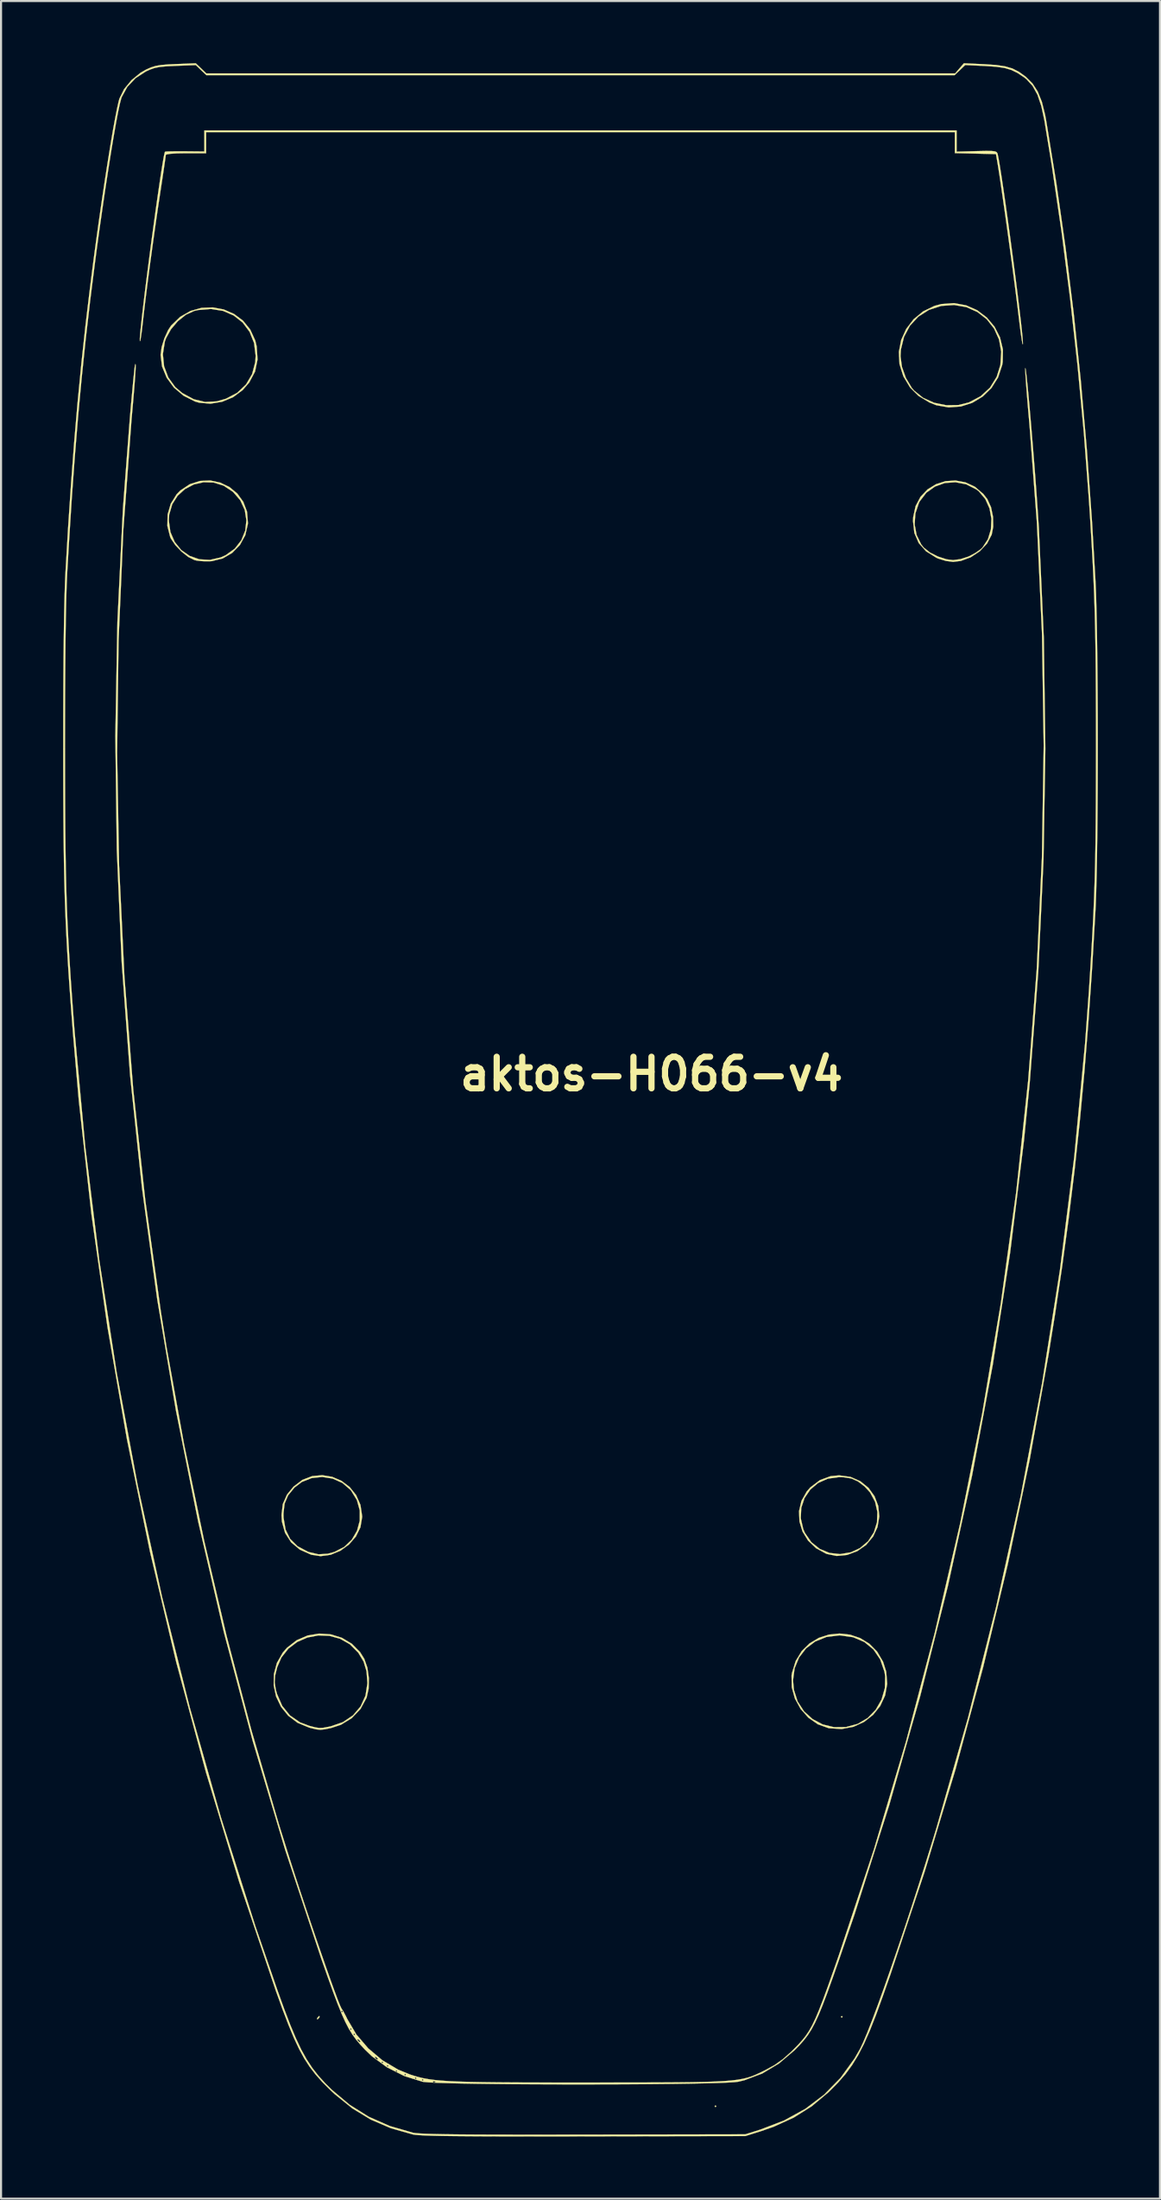
<source format=kicad_pcb>
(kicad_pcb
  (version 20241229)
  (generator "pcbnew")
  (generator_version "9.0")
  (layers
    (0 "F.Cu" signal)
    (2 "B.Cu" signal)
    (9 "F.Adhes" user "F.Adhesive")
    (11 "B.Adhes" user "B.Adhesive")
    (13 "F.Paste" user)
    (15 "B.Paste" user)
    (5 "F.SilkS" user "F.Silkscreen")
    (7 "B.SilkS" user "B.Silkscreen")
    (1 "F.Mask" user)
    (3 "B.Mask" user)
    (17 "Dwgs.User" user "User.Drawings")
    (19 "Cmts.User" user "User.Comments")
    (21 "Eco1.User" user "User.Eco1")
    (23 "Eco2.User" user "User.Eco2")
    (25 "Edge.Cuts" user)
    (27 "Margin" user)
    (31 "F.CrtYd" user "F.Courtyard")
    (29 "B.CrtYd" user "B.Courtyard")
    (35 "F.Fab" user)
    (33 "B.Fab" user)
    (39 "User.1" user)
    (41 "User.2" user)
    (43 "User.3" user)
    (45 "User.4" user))
  (footprint "aktos-H066-v4"
    (layer "F.Cu")
    (at 28.407 48.796)
    (property "Reference" "aktos-H066-v4" (at 0 0 0) (layer "F.SilkS") (effects (font (size 1.524 1.524) (thickness 0.3))))
    (attr through_hole)
    (fp_poly (pts (xy 3.133 49.826) (xy 3.09 49.869) (xy 3.048 49.826) (xy 3.09 49.784) (xy 3.133 49.826)) (stroke (width 0.01) (type solid)) (fill yes) (layer "F.SilkS"))
    (fp_poly (pts (xy 9.229 45.508) (xy 9.186 45.551) (xy 9.144 45.508) (xy 9.186 45.466) (xy 9.229 45.508)) (stroke (width 0.01) (type solid)) (fill yes) (layer "F.SilkS"))
    (fp_poly (pts (xy -16.029 45.521) (xy -16.044 45.551) (xy -16.124 45.632) (xy -16.139 45.635) (xy -16.145 45.581) (xy -16.129 45.551) (xy -16.049 45.47) (xy -16.034 45.466) (xy -16.029 45.521)) (stroke (width 0.01) (type solid)) (fill yes) (layer "F.SilkS"))
    (fp_poly (pts (xy 9.612 19.447) (xy 10.088 19.657) (xy 10.479 19.977) (xy 10.77 20.382) (xy 10.948 20.849) (xy 10.999 21.353) (xy 10.911 21.87) (xy 10.701 22.325) (xy 10.362 22.732) (xy 9.93 23.033) (xy 9.444 23.213) (xy 8.938 23.261) (xy 8.451 23.162) (xy 8.446 23.16) (xy 7.95 22.891) (xy 7.563 22.524) (xy 7.293 22.085) (xy 7.144 21.6) (xy 7.138 21.442) (xy 7.206 21.442) (xy 7.327 21.965) (xy 7.408 22.15) (xy 7.717 22.596) (xy 8.123 22.922) (xy 8.596 23.117) (xy 9.107 23.174) (xy 9.627 23.086) (xy 10.062 22.885) (xy 10.462 22.546) (xy 10.737 22.121) (xy 10.887 21.642) (xy 10.907 21.14) (xy 10.796 20.647) (xy 10.552 20.195) (xy 10.291 19.911) (xy 9.966 19.663) (xy 9.652 19.523) (xy 9.279 19.464) (xy 9.051 19.458) (xy 8.511 19.532) (xy 8.044 19.74) (xy 7.666 20.06) (xy 7.39 20.466) (xy 7.232 20.935) (xy 7.206 21.442) (xy 7.138 21.442) (xy 7.124 21.098) (xy 7.24 20.605) (xy 7.497 20.148) (xy 7.67 19.952) (xy 8.13 19.603) (xy 8.648 19.412) (xy 9.063 19.372) (xy 9.612 19.447)) (stroke (width 0.01) (type solid)) (fill yes) (layer "F.SilkS"))
    (fp_poly (pts (xy -15.416 19.444) (xy -14.968 19.637) (xy -14.575 19.934) (xy -14.262 20.324) (xy -14.053 20.796) (xy -13.972 21.34) (xy -13.972 21.388) (xy -14.054 21.878) (xy -14.274 22.325) (xy -14.606 22.709) (xy -15.019 23.009) (xy -15.486 23.203) (xy -15.978 23.271) (xy -16.426 23.204) (xy -16.975 22.96) (xy -17.4 22.605) (xy -17.692 22.15) (xy -17.844 21.606) (xy -17.865 21.288) (xy -17.855 21.208) (xy -17.771 21.208) (xy -17.766 21.419) (xy -17.67 21.985) (xy -17.448 22.439) (xy -17.093 22.792) (xy -16.598 23.053) (xy -16.53 23.078) (xy -16.081 23.183) (xy -15.637 23.157) (xy -15.31 23.068) (xy -14.836 22.825) (xy -14.47 22.475) (xy -14.218 22.045) (xy -14.088 21.564) (xy -14.087 21.062) (xy -14.224 20.566) (xy -14.505 20.107) (xy -14.528 20.08) (xy -14.923 19.739) (xy -15.392 19.528) (xy -15.898 19.449) (xy -16.406 19.502) (xy -16.881 19.689) (xy -17.241 19.963) (xy -17.545 20.336) (xy -17.716 20.735) (xy -17.771 21.208) (xy -17.855 21.208) (xy -17.802 20.76) (xy -17.602 20.304) (xy -17.286 19.917) (xy -16.855 19.59) (xy -16.383 19.409) (xy -15.896 19.364) (xy -15.416 19.444)) (stroke (width 0.01) (type solid)) (fill yes) (layer "F.SilkS"))
    (fp_poly (pts (xy -20.82 -28.549) (xy -20.378 -28.336) (xy -20 -28.023) (xy -19.71 -27.622) (xy -19.53 -27.145) (xy -19.487 -26.605) (xy -19.49 -26.549) (xy -19.614 -26.01) (xy -19.874 -25.537) (xy -20.246 -25.156) (xy -20.707 -24.888) (xy -21.232 -24.758) (xy -21.321 -24.752) (xy -21.642 -24.753) (xy -21.937 -24.782) (xy -22.064 -24.81) (xy -22.366 -24.962) (xy -22.691 -25.217) (xy -22.987 -25.527) (xy -23.202 -25.842) (xy -23.241 -25.928) (xy -23.376 -26.464) (xy -23.37 -26.724) (xy -23.306 -26.724) (xy -23.229 -26.165) (xy -23.021 -25.684) (xy -22.703 -25.294) (xy -22.299 -25.011) (xy -21.832 -24.848) (xy -21.324 -24.819) (xy -20.799 -24.938) (xy -20.564 -25.044) (xy -20.122 -25.361) (xy -19.805 -25.767) (xy -19.616 -26.232) (xy -19.56 -26.728) (xy -19.638 -27.226) (xy -19.855 -27.696) (xy -20.206 -28.103) (xy -20.657 -28.401) (xy -21.139 -28.553) (xy -21.627 -28.569) (xy -22.097 -28.461) (xy -22.523 -28.239) (xy -22.88 -27.916) (xy -23.142 -27.502) (xy -23.286 -27.009) (xy -23.306 -26.724) (xy -23.37 -26.724) (xy -23.363 -27.011) (xy -23.212 -27.53) (xy -22.93 -27.984) (xy -22.747 -28.171) (xy -22.289 -28.474) (xy -21.799 -28.63) (xy -21.302 -28.651) (xy -20.82 -28.549)) (stroke (width 0.01) (type solid)) (fill yes) (layer "F.SilkS"))
    (fp_poly (pts (xy 9.588 27.063) (xy 10.075 27.227) (xy 10.518 27.498) (xy 10.893 27.878) (xy 11.18 28.366) (xy 11.333 28.849) (xy 11.38 29.439) (xy 11.279 29.996) (xy 11.046 30.499) (xy 10.701 30.931) (xy 10.263 31.274) (xy 9.75 31.508) (xy 9.183 31.616) (xy 8.578 31.578) (xy 8.555 31.574) (xy 8.034 31.388) (xy 7.575 31.069) (xy 7.199 30.645) (xy 6.925 30.145) (xy 6.773 29.6) (xy 6.767 29.266) (xy 6.834 29.266) (xy 6.875 29.727) (xy 7.056 30.289) (xy 7.365 30.763) (xy 7.777 31.136) (xy 8.268 31.396) (xy 8.814 31.528) (xy 9.39 31.522) (xy 9.954 31.369) (xy 10.437 31.085) (xy 10.828 30.682) (xy 11.11 30.191) (xy 11.267 29.643) (xy 11.283 29.071) (xy 11.248 28.849) (xy 11.044 28.258) (xy 10.716 27.776) (xy 10.277 27.416) (xy 9.74 27.186) (xy 9.12 27.098) (xy 9.059 27.097) (xy 8.446 27.173) (xy 7.909 27.388) (xy 7.464 27.724) (xy 7.126 28.162) (xy 6.91 28.682) (xy 6.834 29.266) (xy 6.767 29.266) (xy 6.762 29.04) (xy 6.782 28.915) (xy 6.963 28.331) (xy 7.254 27.854) (xy 7.634 27.482) (xy 8.079 27.217) (xy 8.568 27.059) (xy 9.078 27.007) (xy 9.588 27.063)) (stroke (width 0.01) (type solid)) (fill yes) (layer "F.SilkS"))
    (fp_poly (pts (xy -20.654 -36.908) (xy -20.16 -36.693) (xy -19.725 -36.369) (xy -19.376 -35.94) (xy -19.134 -35.413) (xy -19.064 -35.129) (xy -19.022 -34.495) (xy -19.142 -33.913) (xy -19.423 -33.383) (xy -19.738 -33.019) (xy -20.199 -32.676) (xy -20.731 -32.453) (xy -21.291 -32.36) (xy -21.838 -32.407) (xy -22.039 -32.465) (xy -22.594 -32.743) (xy -23.058 -33.135) (xy -23.41 -33.615) (xy -23.632 -34.157) (xy -23.703 -34.713) (xy -23.698 -34.75) (xy -23.593 -34.75) (xy -23.534 -34.164) (xy -23.331 -33.625) (xy -22.993 -33.159) (xy -22.653 -32.872) (xy -22.102 -32.574) (xy -21.555 -32.442) (xy -20.992 -32.471) (xy -20.546 -32.599) (xy -20.004 -32.885) (xy -19.58 -33.287) (xy -19.285 -33.785) (xy -19.133 -34.363) (xy -19.113 -34.671) (xy -19.189 -35.286) (xy -19.403 -35.824) (xy -19.736 -36.271) (xy -20.17 -36.614) (xy -20.687 -36.839) (xy -21.267 -36.932) (xy -21.893 -36.88) (xy -22.084 -36.835) (xy -22.483 -36.652) (xy -22.869 -36.343) (xy -23.201 -35.952) (xy -23.44 -35.52) (xy -23.498 -35.355) (xy -23.593 -34.75) (xy -23.698 -34.75) (xy -23.652 -35.09) (xy -23.52 -35.516) (xy -23.339 -35.911) (xy -23.195 -36.129) (xy -22.758 -36.551) (xy -22.261 -36.834) (xy -21.729 -36.984) (xy -21.185 -37.007) (xy -20.654 -36.908)) (stroke (width 0.01) (type solid)) (fill yes) (layer "F.SilkS"))
    (fp_poly (pts (xy 15.16 -28.562) (xy 15.615 -28.349) (xy 16.02 -28.005) (xy 16.218 -27.749) (xy 16.393 -27.364) (xy 16.49 -26.896) (xy 16.499 -26.416) (xy 16.427 -26.04) (xy 16.203 -25.611) (xy 15.852 -25.237) (xy 15.414 -24.947) (xy 14.931 -24.768) (xy 14.563 -24.724) (xy 14.216 -24.769) (xy 13.841 -24.885) (xy 13.758 -24.922) (xy 13.258 -25.233) (xy 12.903 -25.633) (xy 12.692 -26.12) (xy 12.646 -26.53) (xy 12.705 -26.53) (xy 12.801 -26.017) (xy 13.025 -25.564) (xy 13.149 -25.411) (xy 13.441 -25.179) (xy 13.83 -24.982) (xy 14.246 -24.848) (xy 14.563 -24.809) (xy 14.919 -24.856) (xy 15.302 -24.979) (xy 15.367 -25.009) (xy 15.646 -25.161) (xy 15.887 -25.329) (xy 15.977 -25.411) (xy 16.245 -25.82) (xy 16.389 -26.297) (xy 16.413 -26.804) (xy 16.321 -27.305) (xy 16.116 -27.759) (xy 15.802 -28.129) (xy 15.682 -28.222) (xy 15.192 -28.469) (xy 14.676 -28.569) (xy 14.164 -28.531) (xy 13.686 -28.359) (xy 13.272 -28.063) (xy 12.953 -27.648) (xy 12.914 -27.575) (xy 12.741 -27.063) (xy 12.705 -26.53) (xy 12.646 -26.53) (xy 12.627 -26.694) (xy 12.636 -26.879) (xy 12.752 -27.418) (xy 12.991 -27.867) (xy 13.328 -28.221) (xy 13.738 -28.473) (xy 14.197 -28.619) (xy 14.679 -28.65) (xy 15.16 -28.562)) (stroke (width 0.01) (type solid)) (fill yes) (layer "F.SilkS"))
    (fp_poly (pts (xy 15.195 -37.106) (xy 15.728 -36.869) (xy 16.19 -36.519) (xy 16.563 -36.076) (xy 16.828 -35.558) (xy 16.966 -34.984) (xy 16.958 -34.372) (xy 16.934 -34.229) (xy 16.736 -33.629) (xy 16.414 -33.117) (xy 15.99 -32.704) (xy 15.489 -32.402) (xy 14.934 -32.224) (xy 14.348 -32.181) (xy 13.754 -32.286) (xy 13.42 -32.417) (xy 12.891 -32.736) (xy 12.487 -33.139) (xy 12.171 -33.664) (xy 12.156 -33.697) (xy 11.973 -34.277) (xy 11.955 -34.649) (xy 12.023 -34.649) (xy 12.094 -34.13) (xy 12.283 -33.601) (xy 12.563 -33.132) (xy 12.684 -32.988) (xy 13.117 -32.642) (xy 13.645 -32.404) (xy 14.224 -32.285) (xy 14.813 -32.293) (xy 15.319 -32.417) (xy 15.891 -32.718) (xy 16.344 -33.135) (xy 16.668 -33.658) (xy 16.845 -34.228) (xy 16.887 -34.866) (xy 16.78 -35.458) (xy 16.541 -35.986) (xy 16.187 -36.435) (xy 15.736 -36.785) (xy 15.205 -37.021) (xy 14.612 -37.124) (xy 13.993 -37.08) (xy 13.394 -36.887) (xy 12.883 -36.56) (xy 12.477 -36.12) (xy 12.192 -35.585) (xy 12.042 -34.974) (xy 12.023 -34.649) (xy 11.955 -34.649) (xy 11.945 -34.865) (xy 12.057 -35.436) (xy 12.298 -35.967) (xy 12.654 -36.434) (xy 13.113 -36.813) (xy 13.662 -37.08) (xy 13.994 -37.169) (xy 14.611 -37.213) (xy 15.195 -37.106)) (stroke (width 0.01) (type solid)) (fill yes) (layer "F.SilkS"))
    (fp_poly (pts (xy -15.484 27.048) (xy -14.95 27.213) (xy -14.469 27.501) (xy -14.069 27.907) (xy -13.868 28.228) (xy -13.718 28.658) (xy -13.646 29.162) (xy -13.658 29.669) (xy -13.756 30.106) (xy -13.757 30.108) (xy -14.051 30.649) (xy -14.471 31.089) (xy -14.992 31.41) (xy -15.479 31.569) (xy -15.775 31.63) (xy -15.979 31.652) (xy -16.167 31.635) (xy -16.412 31.578) (xy -16.528 31.547) (xy -17.083 31.319) (xy -17.539 30.976) (xy -17.889 30.544) (xy -18.126 30.048) (xy -18.242 29.512) (xy -18.24 29.365) (xy -18.194 29.365) (xy -18.142 29.708) (xy -18.082 29.924) (xy -17.83 30.5) (xy -17.457 30.959) (xy -16.972 31.294) (xy -16.526 31.462) (xy -16.244 31.535) (xy -16.044 31.566) (xy -15.854 31.557) (xy -15.599 31.51) (xy -15.479 31.485) (xy -14.897 31.283) (xy -14.414 30.957) (xy -14.047 30.526) (xy -13.81 30.009) (xy -13.719 29.423) (xy -13.718 29.379) (xy -13.76 28.825) (xy -13.899 28.364) (xy -14.153 27.942) (xy -14.165 27.925) (xy -14.567 27.524) (xy -15.039 27.257) (xy -15.556 27.117) (xy -16.091 27.099) (xy -16.616 27.2) (xy -17.105 27.413) (xy -17.531 27.735) (xy -17.868 28.161) (xy -18.072 28.628) (xy -18.171 29.031) (xy -18.194 29.365) (xy -18.24 29.365) (xy -18.232 28.963) (xy -18.087 28.426) (xy -17.801 27.925) (xy -17.6 27.694) (xy -17.13 27.329) (xy -16.602 27.102) (xy -16.044 27.01) (xy -15.484 27.048)) (stroke (width 0.01) (type solid)) (fill yes) (layer "F.SilkS"))
    (fp_poly (pts (xy 14.732 -44.524) (xy 15.702 -44.551) (xy 16.12 -44.56) (xy 16.399 -44.559) (xy 16.569 -44.542) (xy 16.66 -44.506) (xy 16.702 -44.447) (xy 16.713 -44.408) (xy 16.76 -44.176) (xy 16.824 -43.807) (xy 16.901 -43.321) (xy 16.988 -42.737) (xy 17.084 -42.074) (xy 17.186 -41.353) (xy 17.29 -40.594) (xy 17.395 -39.816) (xy 17.498 -39.039) (xy 17.596 -38.282) (xy 17.686 -37.565) (xy 17.766 -36.909) (xy 17.834 -36.333) (xy 17.886 -35.856) (xy 17.92 -35.498) (xy 17.934 -35.28) (xy 17.933 -35.232) (xy 17.916 -35.244) (xy 17.885 -35.402) (xy 17.841 -35.687) (xy 17.789 -36.078) (xy 17.731 -36.554) (xy 17.713 -36.703) (xy 17.659 -37.158) (xy 17.586 -37.733) (xy 17.499 -38.399) (xy 17.402 -39.13) (xy 17.297 -39.9) (xy 17.19 -40.681) (xy 17.083 -41.446) (xy 16.98 -42.169) (xy 16.885 -42.823) (xy 16.802 -43.381) (xy 16.734 -43.816) (xy 16.699 -44.027) (xy 16.633 -44.408) (xy 15.64 -44.432) (xy 14.647 -44.455) (xy 14.647 -45.466) (xy -21.505 -45.466) (xy -21.505 -44.45) (xy -22.479 -44.45) (xy -22.913 -44.443) (xy -23.232 -44.423) (xy -23.415 -44.392) (xy -23.453 -44.365) (xy -23.465 -44.259) (xy -23.5 -44.012) (xy -23.552 -43.652) (xy -23.619 -43.207) (xy -23.696 -42.703) (xy -23.704 -42.651) (xy -23.829 -41.826) (xy -23.958 -40.934) (xy -24.088 -40.009) (xy -24.214 -39.087) (xy -24.33 -38.202) (xy -24.433 -37.391) (xy -24.517 -36.687) (xy -24.561 -36.283) (xy -24.605 -35.904) (xy -24.646 -35.608) (xy -24.68 -35.422) (xy -24.703 -35.374) (xy -24.704 -35.377) (xy -24.706 -35.497) (xy -24.686 -35.765) (xy -24.646 -36.161) (xy -24.59 -36.666) (xy -24.52 -37.262) (xy -24.439 -37.929) (xy -24.348 -38.647) (xy -24.251 -39.399) (xy -24.15 -40.164) (xy -24.047 -40.924) (xy -23.946 -41.659) (xy -23.848 -42.351) (xy -23.757 -42.98) (xy -23.674 -43.527) (xy -23.602 -43.973) (xy -23.545 -44.299) (xy -23.503 -44.486) (xy -23.489 -44.521) (xy -23.4 -44.532) (xy -23.177 -44.539) (xy -22.855 -44.542) (xy -22.528 -44.541) (xy -21.59 -44.532) (xy -21.59 -45.551) (xy 14.732 -45.551) (xy 14.732 -44.524)) (stroke (width 0.01) (type solid)) (fill yes) (layer "F.SilkS"))
    (fp_poly (pts (xy -24.906 -34.22) (xy -24.91 -34.024) (xy -24.931 -33.685) (xy -24.968 -33.195) (xy -25.022 -32.55) (xy -25.093 -31.743) (xy -25.101 -31.658) (xy -25.5 -26.294) (xy -25.733 -20.903) (xy -25.802 -15.494) (xy -25.707 -10.078) (xy -25.447 -4.662) (xy -25.024 0.743) (xy -24.437 6.129) (xy -23.687 11.486) (xy -23.404 13.25) (xy -22.571 17.864) (xy -21.604 22.507) (xy -20.512 27.141) (xy -19.303 31.726) (xy -17.988 36.224) (xy -17.472 37.873) (xy -17.235 38.61) (xy -16.983 39.38) (xy -16.722 40.166) (xy -16.459 40.95) (xy -16.199 41.716) (xy -15.948 42.446) (xy -15.713 43.122) (xy -15.499 43.727) (xy -15.312 44.245) (xy -15.159 44.657) (xy -15.044 44.946) (xy -14.975 45.096) (xy -14.967 45.108) (xy -14.879 45.246) (xy -14.757 45.475) (xy -14.688 45.618) (xy -14.25 46.36) (xy -13.677 47.03) (xy -12.997 47.604) (xy -12.235 48.057) (xy -11.67 48.289) (xy -11.456 48.358) (xy -11.243 48.419) (xy -11.019 48.472) (xy -10.772 48.517) (xy -10.489 48.556) (xy -10.158 48.588) (xy -9.767 48.614) (xy -9.305 48.635) (xy -8.758 48.651) (xy -8.115 48.663) (xy -7.363 48.672) (xy -6.491 48.678) (xy -5.486 48.681) (xy -4.336 48.682) (xy -3.029 48.682) (xy -3.022 48.682) (xy -1.744 48.681) (xy -0.623 48.68) (xy 0.353 48.677) (xy 1.197 48.672) (xy 1.92 48.664) (xy 2.535 48.652) (xy 3.053 48.635) (xy 3.488 48.612) (xy 3.852 48.583) (xy 4.156 48.546) (xy 4.413 48.501) (xy 4.634 48.447) (xy 4.834 48.382) (xy 5.022 48.307) (xy 5.212 48.22) (xy 5.417 48.12) (xy 5.496 48.081) (xy 5.943 47.836) (xy 6.335 47.559) (xy 6.737 47.202) (xy 6.856 47.085) (xy 7.08 46.858) (xy 7.273 46.644) (xy 7.446 46.428) (xy 7.605 46.191) (xy 7.76 45.915) (xy 7.919 45.583) (xy 8.09 45.177) (xy 8.283 44.68) (xy 8.505 44.074) (xy 8.765 43.341) (xy 9.043 42.545) (xy 10.747 37.402) (xy 12.292 32.209) (xy 13.677 26.972) (xy 14.902 21.695) (xy 15.967 16.385) (xy 16.87 11.047) (xy 17.611 5.687) (xy 18.188 0.31) (xy 18.602 -5.077) (xy 18.852 -10.469) (xy 18.937 -15.86) (xy 18.856 -21.246) (xy 18.608 -26.619) (xy 18.244 -31.421) (xy 18.189 -32.047) (xy 18.14 -32.631) (xy 18.099 -33.148) (xy 18.068 -33.572) (xy 18.049 -33.879) (xy 18.044 -34.043) (xy 18.044 -34.045) (xy 18.054 -34.081) (xy 18.075 -33.964) (xy 18.106 -33.712) (xy 18.145 -33.341) (xy 18.191 -32.867) (xy 18.243 -32.308) (xy 18.298 -31.68) (xy 18.356 -31) (xy 18.415 -30.284) (xy 18.474 -29.549) (xy 18.531 -28.811) (xy 18.585 -28.088) (xy 18.634 -27.396) (xy 18.677 -26.751) (xy 18.703 -26.345) (xy 18.942 -21.046) (xy 19.017 -15.712) (xy 18.928 -10.351) (xy 18.677 -4.971) (xy 18.262 0.422) (xy 17.983 3.217) (xy 17.316 8.628) (xy 16.481 14.016) (xy 15.479 19.38) (xy 14.31 24.718) (xy 12.975 30.027) (xy 11.474 35.306) (xy 9.807 40.553) (xy 9.025 42.841) (xy 8.73 43.679) (xy 8.479 44.375) (xy 8.262 44.948) (xy 8.07 45.417) (xy 7.892 45.802) (xy 7.721 46.122) (xy 7.545 46.395) (xy 7.357 46.641) (xy 7.146 46.879) (xy 6.904 47.126) (xy 6.156 47.762) (xy 5.35 48.244) (xy 4.495 48.567) (xy 4.191 48.641) (xy 3.993 48.664) (xy 3.641 48.685) (xy 3.153 48.704) (xy 2.544 48.72) (xy 1.829 48.735) (xy 1.024 48.747) (xy 0.146 48.756) (xy -0.79 48.764) (xy -1.768 48.769) (xy -2.772 48.771) (xy -3.786 48.772) (xy -4.794 48.77) (xy -5.782 48.766) (xy -6.731 48.76) (xy -7.628 48.751) (xy -8.456 48.74) (xy -9.199 48.727) (xy -9.841 48.711) (xy -10.366 48.693) (xy -10.759 48.673) (xy -11.004 48.651) (xy -11.049 48.643) (xy -11.101 48.627) (xy -10.555 48.627) (xy -10.543 48.677) (xy -10.499 48.683) (xy -10.429 48.652) (xy -10.442 48.627) (xy -10.543 48.617) (xy -10.555 48.627) (xy -11.101 48.627) (xy -11.328 48.556) (xy -11.091 48.556) (xy -11.049 48.599) (xy -11.007 48.556) (xy -11.049 48.514) (xy -11.091 48.556) (xy -11.328 48.556) (xy -11.6 48.472) (xy -11.43 48.472) (xy -11.388 48.514) (xy -11.345 48.472) (xy -11.388 48.429) (xy -11.43 48.472) (xy -11.6 48.472) (xy -11.94 48.366) (xy -12.065 48.302) (xy -11.938 48.302) (xy -11.896 48.345) (xy -11.853 48.302) (xy -11.896 48.26) (xy -11.938 48.302) (xy -12.065 48.302) (xy -12.318 48.175) (xy -12.277 48.133) (xy -12.319 48.091) (xy -12.361 48.133) (xy -12.321 48.173) (xy -12.773 47.945) (xy -12.863 47.879) (xy -12.785 47.879) (xy -12.742 47.921) (xy -12.7 47.879) (xy -12.742 47.837) (xy -12.785 47.879) (xy -12.863 47.879) (xy -13.093 47.71) (xy -13.039 47.71) (xy -12.996 47.752) (xy -12.954 47.71) (xy -12.996 47.667) (xy -13.039 47.71) (xy -13.093 47.71) (xy -13.463 47.438) (xy -13.364 47.438) (xy -13.343 47.485) (xy -13.258 47.576) (xy -13.209 47.557) (xy -13.208 47.545) (xy -13.268 47.474) (xy -13.306 47.448) (xy -13.364 47.438) (xy -13.463 47.438) (xy -13.516 47.398) (xy -13.834 47.093) (xy -14.063 46.847) (xy -14.263 46.609) (xy -14.276 46.591) (xy -14.21 46.591) (xy -14.19 46.638) (xy -14.105 46.729) (xy -14.055 46.71) (xy -14.055 46.699) (xy -14.115 46.627) (xy -14.152 46.601) (xy -14.21 46.591) (xy -14.276 46.591) (xy -14.443 46.361) (xy -14.447 46.355) (xy -14.393 46.355) (xy -14.351 46.397) (xy -14.309 46.355) (xy -14.351 46.313) (xy -14.393 46.355) (xy -14.447 46.355) (xy -14.603 46.101) (xy -14.563 46.101) (xy -14.52 46.143) (xy -14.478 46.101) (xy -14.52 46.059) (xy -14.563 46.101) (xy -14.603 46.101) (xy -14.614 46.084) (xy -14.782 45.76) (xy -14.959 45.37) (xy -15.005 45.254) (xy -14.986 45.254) (xy -14.944 45.297) (xy -14.901 45.254) (xy -14.944 45.212) (xy -14.986 45.254) (xy -15.005 45.254) (xy -15.152 44.894) (xy -15.37 44.315) (xy -15.623 43.614) (xy -15.919 42.772) (xy -15.94 42.713) (xy -17.674 37.491) (xy -19.244 32.232) (xy -20.648 26.94) (xy -21.886 21.616) (xy -22.958 16.263) (xy -23.864 10.884) (xy -24.603 5.481) (xy -25.176 0.057) (xy -25.581 -5.386) (xy -25.818 -10.845) (xy -25.887 -16.318) (xy -25.789 -21.802) (xy -25.521 -27.295) (xy -25.184 -31.708) (xy -25.129 -32.328) (xy -25.076 -32.897) (xy -25.03 -33.392) (xy -24.99 -33.789) (xy -24.961 -34.066) (xy -24.944 -34.2) (xy -24.943 -34.205) (xy -24.917 -34.279) (xy -24.906 -34.22)) (stroke (width 0.01) (type solid)) (fill yes) (layer "F.SilkS"))
    (fp_poly (pts (xy 16.071 -48.746) (xy 16.635 -48.708) (xy 17.073 -48.643) (xy 17.426 -48.539) (xy 17.735 -48.383) (xy 18.044 -48.162) (xy 18.079 -48.134) (xy 18.398 -47.815) (xy 18.65 -47.424) (xy 18.848 -46.931) (xy 19.004 -46.308) (xy 19.054 -46.039) (xy 19.551 -42.981) (xy 19.994 -39.884) (xy 20.385 -36.725) (xy 20.727 -33.483) (xy 21.021 -30.136) (xy 21.27 -26.664) (xy 21.438 -23.791) (xy 21.463 -23.206) (xy 21.484 -22.472) (xy 21.503 -21.61) (xy 21.518 -20.642) (xy 21.53 -19.587) (xy 21.539 -18.466) (xy 21.545 -17.299) (xy 21.547 -16.108) (xy 21.546 -14.912) (xy 21.542 -13.733) (xy 21.534 -12.591) (xy 21.524 -11.506) (xy 21.51 -10.499) (xy 21.493 -9.591) (xy 21.472 -8.801) (xy 21.449 -8.152) (xy 21.437 -7.916) (xy 21.279 -5.191) (xy 21.102 -2.605) (xy 20.904 -0.129) (xy 20.681 2.265) (xy 20.431 4.607) (xy 20.149 6.925) (xy 19.834 9.25) (xy 19.482 11.61) (xy 19.175 13.524) (xy 18.26 18.618) (xy 17.209 23.641) (xy 16.018 28.614) (xy 14.68 33.559) (xy 13.191 38.496) (xy 11.543 43.448) (xy 11.161 44.535) (xy 10.836 45.429) (xy 10.538 46.183) (xy 10.256 46.821) (xy 9.975 47.366) (xy 9.682 47.843) (xy 9.363 48.276) (xy 9.005 48.687) (xy 8.594 49.102) (xy 8.54 49.154) (xy 7.737 49.826) (xy 6.864 50.375) (xy 5.888 50.819) (xy 5.274 51.032) (xy 4.53 51.265) (xy -3.26 51.279) (xy -4.68 51.281) (xy -5.939 51.282) (xy -7.046 51.281) (xy -8.008 51.278) (xy -8.835 51.273) (xy -9.535 51.267) (xy -10.115 51.259) (xy -10.585 51.248) (xy -10.954 51.236) (xy -11.228 51.221) (xy -11.418 51.204) (xy -11.515 51.189) (xy -12.589 50.884) (xy -13.555 50.469) (xy -14.448 49.926) (xy -15.301 49.237) (xy -15.524 49.028) (xy -15.893 48.659) (xy -16.214 48.299) (xy -16.501 47.926) (xy -16.765 47.52) (xy -17.017 47.059) (xy -17.269 46.52) (xy -17.533 45.884) (xy -17.822 45.128) (xy -18.143 44.237) (xy -19.906 39.006) (xy -21.506 33.729) (xy -22.943 28.41) (xy -24.216 23.051) (xy -25.323 17.656) (xy -26.266 12.227) (xy -27.042 6.768) (xy -27.652 1.282) (xy -27.935 -1.99) (xy -28.02 -3.102) (xy -28.094 -4.117) (xy -28.158 -5.054) (xy -28.212 -5.937) (xy -28.258 -6.785) (xy -28.296 -7.62) (xy -28.327 -8.464) (xy -28.351 -9.337) (xy -28.37 -10.262) (xy -28.384 -11.259) (xy -28.393 -12.349) (xy -28.399 -13.555) (xy -28.402 -14.897) (xy -28.402 -15.706) (xy -28.318 -15.706) (xy -28.316 -14.279) (xy -28.312 -13.001) (xy -28.305 -11.849) (xy -28.293 -10.803) (xy -28.278 -9.841) (xy -28.256 -8.942) (xy -28.229 -8.085) (xy -28.195 -7.247) (xy -28.154 -6.409) (xy -28.104 -5.548) (xy -28.046 -4.644) (xy -27.977 -3.674) (xy -27.899 -2.619) (xy -27.85 -1.99) (xy -27.34 3.511) (xy -26.663 8.987) (xy -25.819 14.434) (xy -24.809 19.849) (xy -23.634 25.23) (xy -22.295 30.573) (xy -20.792 35.875) (xy -19.126 41.134) (xy -18.058 44.237) (xy -17.731 45.143) (xy -17.438 45.908) (xy -17.167 46.553) (xy -16.908 47.099) (xy -16.648 47.567) (xy -16.376 47.98) (xy -16.079 48.358) (xy -15.747 48.723) (xy -15.44 49.027) (xy -14.576 49.753) (xy -13.649 50.334) (xy -12.637 50.78) (xy -11.52 51.103) (xy -11.515 51.104) (xy -11.388 51.123) (xy -11.184 51.139) (xy -10.892 51.154) (xy -10.506 51.166) (xy -10.015 51.176) (xy -9.413 51.184) (xy -8.69 51.19) (xy -7.839 51.194) (xy -6.85 51.196) (xy -5.716 51.197) (xy -4.427 51.196) (xy -3.26 51.195) (xy 4.53 51.181) (xy 5.274 50.947) (xy 6.408 50.511) (xy 7.429 49.95) (xy 8.336 49.264) (xy 9.127 48.456) (xy 9.801 47.525) (xy 10.069 47.06) (xy 10.221 46.741) (xy 10.417 46.275) (xy 10.651 45.678) (xy 10.918 44.965) (xy 11.212 44.152) (xy 11.528 43.253) (xy 11.861 42.285) (xy 12.206 41.262) (xy 12.557 40.201) (xy 12.909 39.115) (xy 13.256 38.022) (xy 13.593 36.936) (xy 13.763 36.379) (xy 15.285 31.067) (xy 16.641 25.718) (xy 17.833 20.335) (xy 18.859 14.922) (xy 19.718 9.482) (xy 20.41 4.018) (xy 20.934 -1.465) (xy 21.118 -3.979) (xy 21.186 -5.034) (xy 21.245 -5.994) (xy 21.295 -6.884) (xy 21.337 -7.727) (xy 21.371 -8.548) (xy 21.399 -9.368) (xy 21.421 -10.213) (xy 21.437 -11.106) (xy 21.448 -12.07) (xy 21.456 -13.129) (xy 21.46 -14.306) (xy 21.462 -15.626) (xy 21.462 -15.833) (xy 21.461 -17.19) (xy 21.457 -18.401) (xy 21.45 -19.49) (xy 21.439 -20.48) (xy 21.423 -21.396) (xy 21.402 -22.26) (xy 21.375 -23.096) (xy 21.34 -23.929) (xy 21.299 -24.78) (xy 21.249 -25.675) (xy 21.191 -26.637) (xy 21.122 -27.688) (xy 21.12 -27.728) (xy 20.877 -30.936) (xy 20.573 -34.189) (xy 20.212 -37.442) (xy 19.8 -40.653) (xy 19.341 -43.776) (xy 18.97 -46.039) (xy 18.822 -46.728) (xy 18.637 -47.272) (xy 18.403 -47.695) (xy 18.111 -48.017) (xy 17.992 -48.112) (xy 17.677 -48.322) (xy 17.378 -48.468) (xy 17.05 -48.565) (xy 16.645 -48.624) (xy 16.119 -48.661) (xy 16.104 -48.662) (xy 15.147 -48.707) (xy 14.892 -48.462) (xy 14.636 -48.218) (xy -21.494 -48.218) (xy -21.749 -48.461) (xy -22.003 -48.705) (xy -22.969 -48.668) (xy -23.417 -48.646) (xy -23.744 -48.614) (xy -23.996 -48.563) (xy -24.221 -48.485) (xy -24.411 -48.398) (xy -24.91 -48.074) (xy -25.31 -47.651) (xy -25.578 -47.163) (xy -25.606 -47.084) (xy -25.673 -46.828) (xy -25.759 -46.422) (xy -25.861 -45.881) (xy -25.976 -45.223) (xy -26.101 -44.465) (xy -26.235 -43.624) (xy -26.373 -42.717) (xy -26.514 -41.761) (xy -26.655 -40.772) (xy -26.793 -39.768) (xy -26.873 -39.158) (xy -27.109 -37.289) (xy -27.322 -35.446) (xy -27.514 -33.601) (xy -27.688 -31.723) (xy -27.847 -29.784) (xy -27.994 -27.753) (xy -28.131 -25.602) (xy -28.213 -24.172) (xy -28.239 -23.594) (xy -28.261 -22.85) (xy -28.28 -21.947) (xy -28.295 -20.889) (xy -28.306 -19.681) (xy -28.314 -18.328) (xy -28.317 -16.834) (xy -28.318 -15.706) (xy -28.402 -15.706) (xy -28.401 -17.295) (xy -28.396 -18.748) (xy -28.388 -20.058) (xy -28.375 -21.222) (xy -28.359 -22.234) (xy -28.339 -23.09) (xy -28.316 -23.784) (xy -28.298 -24.172) (xy -28.166 -26.415) (xy -28.025 -28.519) (xy -27.874 -30.512) (xy -27.71 -32.425) (xy -27.529 -34.287) (xy -27.33 -36.128) (xy -27.109 -37.977) (xy -26.958 -39.158) (xy -26.823 -40.169) (xy -26.683 -41.174) (xy -26.541 -42.156) (xy -26.401 -43.097) (xy -26.263 -43.982) (xy -26.133 -44.793) (xy -26.011 -45.513) (xy -25.9 -46.125) (xy -25.804 -46.613) (xy -25.726 -46.96) (xy -25.689 -47.089) (xy -25.464 -47.545) (xy -25.111 -47.974) (xy -24.672 -48.333) (xy -24.41 -48.483) (xy -24.173 -48.589) (xy -23.946 -48.661) (xy -23.682 -48.707) (xy -23.333 -48.736) (xy -22.969 -48.753) (xy -22.003 -48.79) (xy -21.749 -48.546) (xy -21.494 -48.302) (xy 14.662 -48.302) (xy 15.082 -48.791) (xy 16.071 -48.746)) (stroke (width 0.01) (type solid)) (fill yes) (layer "F.SilkS")))
  (gr_rect
    (start -3 -3)
    (end 52.959 103.082)
    (stroke (width 0.1) (type default))
    (fill no)
    (layer "Edge.Cuts")))
</source>
